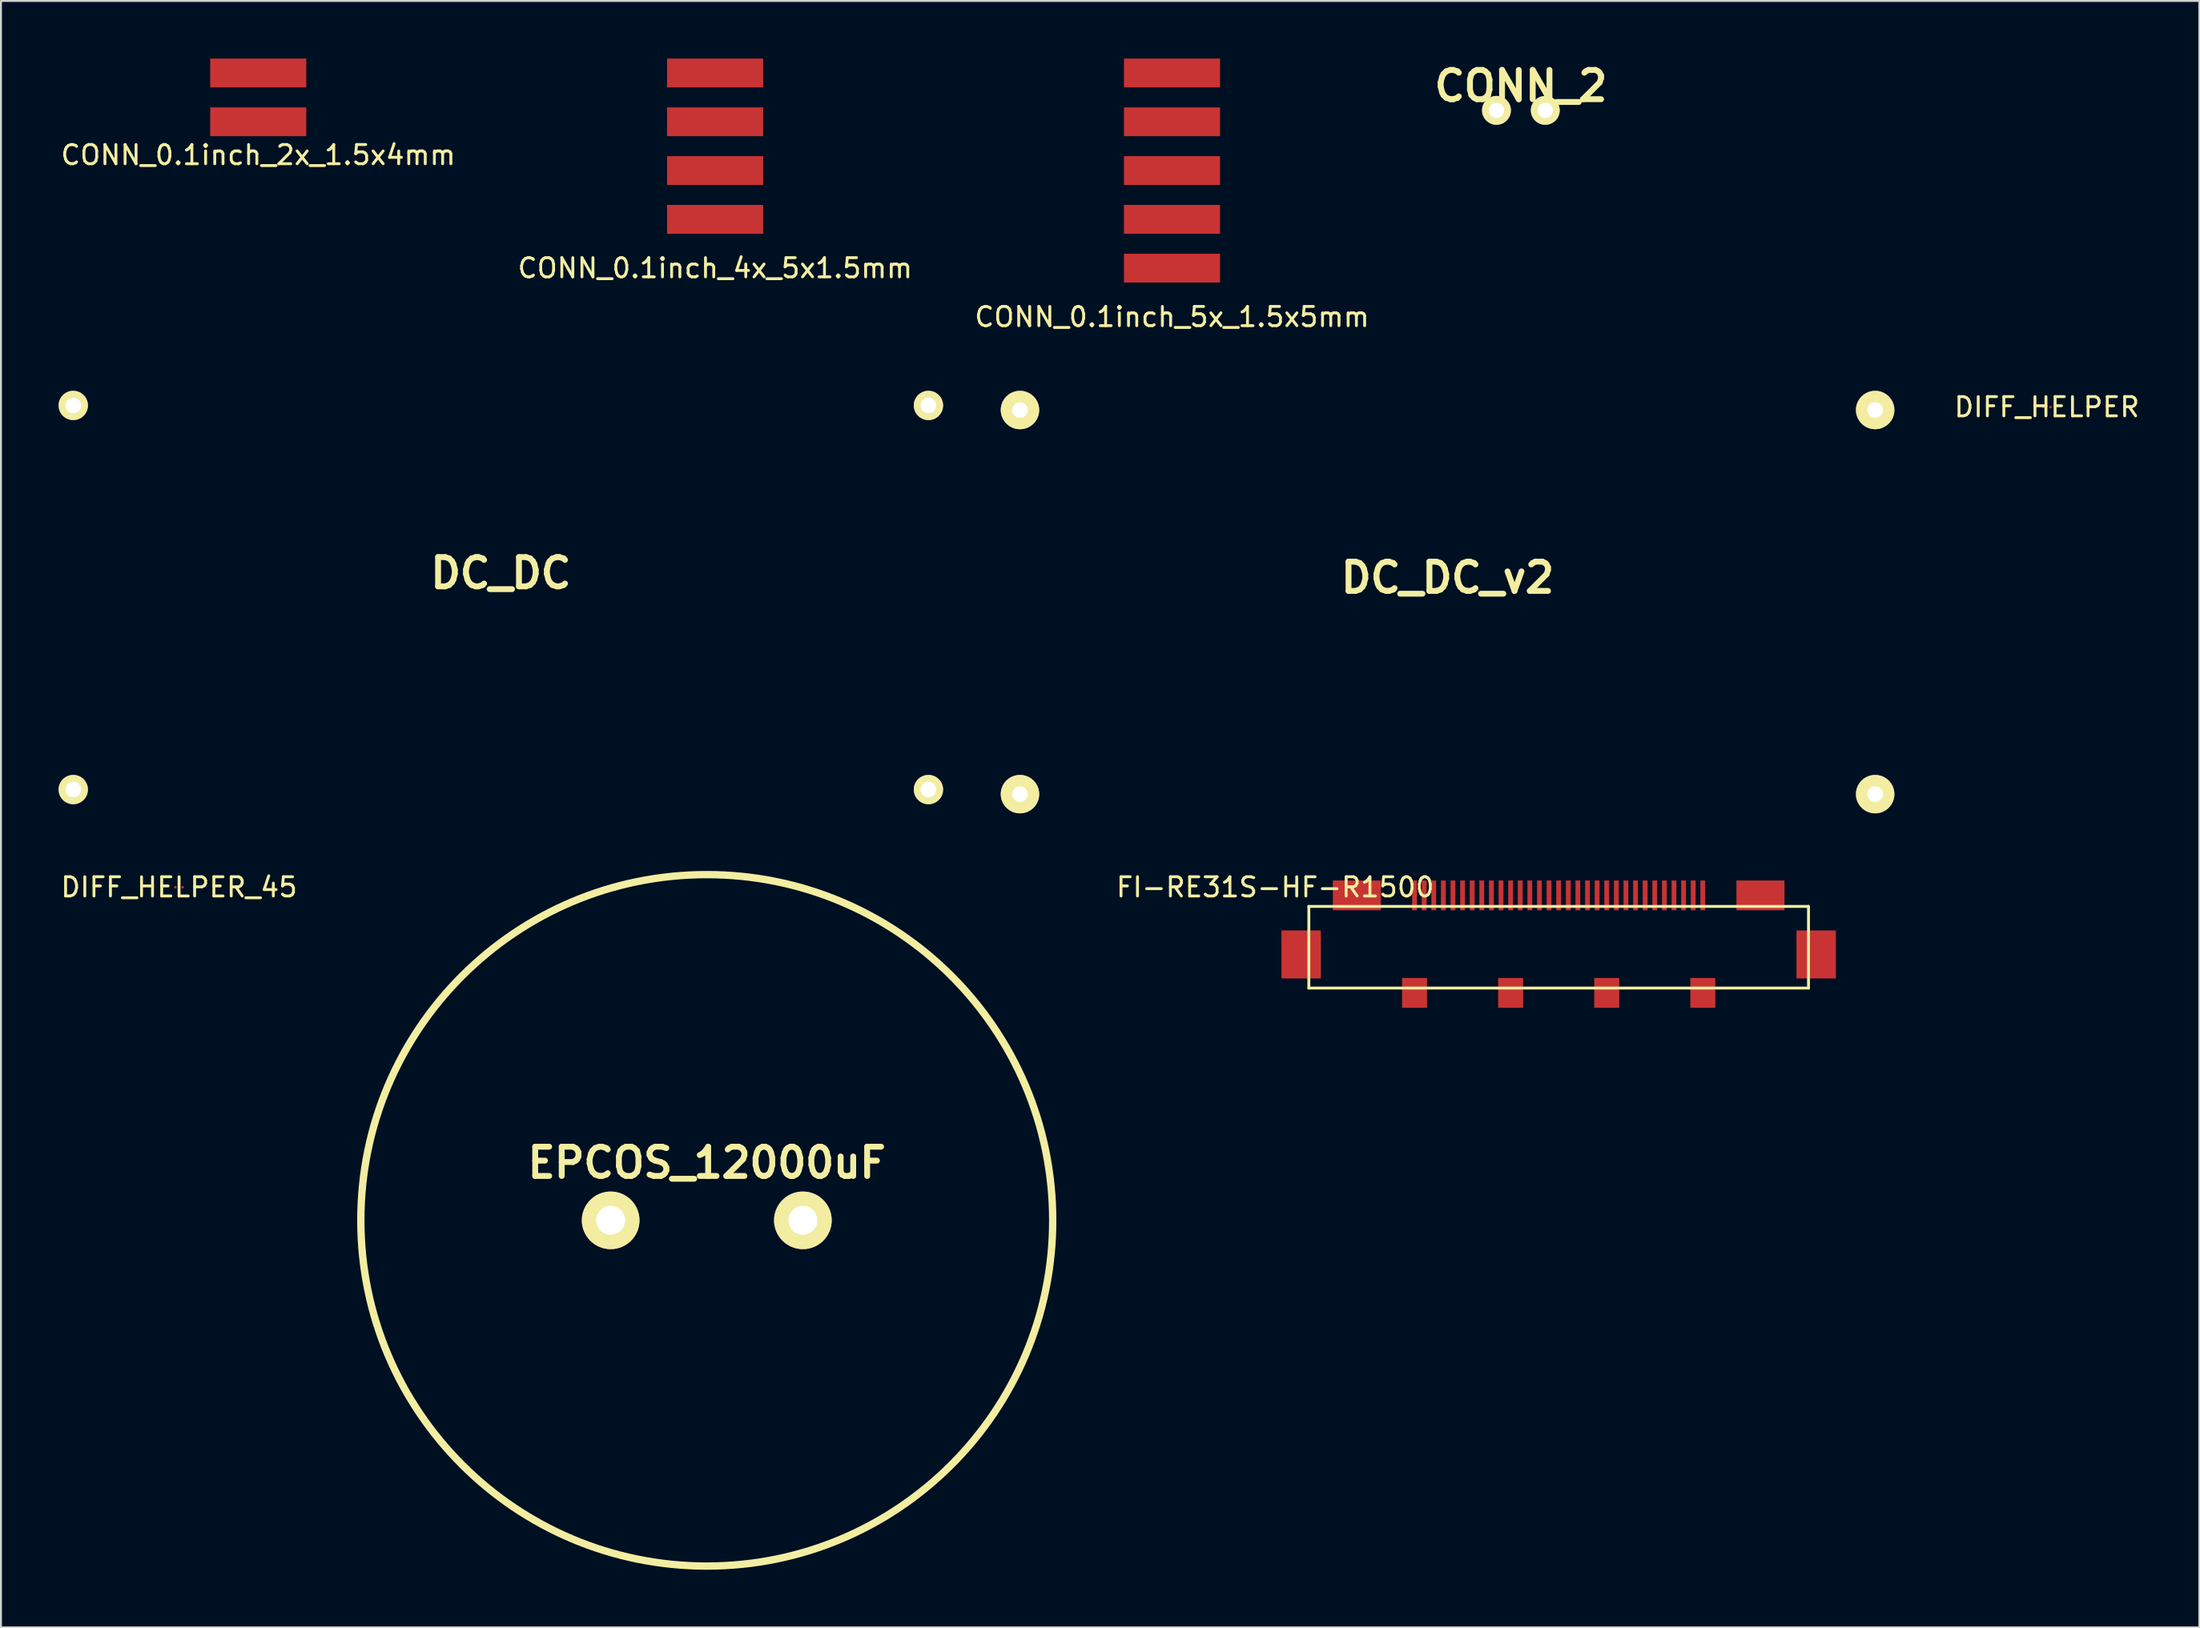
<source format=kicad_pcb>
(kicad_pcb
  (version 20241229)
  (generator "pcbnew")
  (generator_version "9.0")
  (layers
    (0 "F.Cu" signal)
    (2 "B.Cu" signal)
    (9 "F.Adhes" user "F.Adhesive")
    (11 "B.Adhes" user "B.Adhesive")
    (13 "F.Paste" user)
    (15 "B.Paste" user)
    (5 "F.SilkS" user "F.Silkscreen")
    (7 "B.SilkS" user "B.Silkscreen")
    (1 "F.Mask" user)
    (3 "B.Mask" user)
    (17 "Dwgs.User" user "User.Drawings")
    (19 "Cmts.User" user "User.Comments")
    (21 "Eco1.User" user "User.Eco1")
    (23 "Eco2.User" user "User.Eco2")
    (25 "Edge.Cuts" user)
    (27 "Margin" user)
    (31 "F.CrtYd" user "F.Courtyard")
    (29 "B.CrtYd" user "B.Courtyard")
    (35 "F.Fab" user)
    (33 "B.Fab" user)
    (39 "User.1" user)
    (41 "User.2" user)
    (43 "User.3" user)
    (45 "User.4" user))
  (footprint "DC_DC_v2"
    (layer "F.Cu")
    (at 72.275 28.298)
    (property "Reference" "DC_DC_v2" (at 0 -1.27 0) (layer "F.SilkS") (effects (font (size 1.524 1.524) (thickness 0.305))))
    (attr through_hole)
    (pad "1" thru_hole circle (at -22.25 -10) (size 1.999 1.999) (drill 0.813) (layers "*.Cu" "*.Mask" "F.SilkS"))
    (pad "2" thru_hole circle (at -22.25 10) (size 1.999 1.999) (drill 0.813) (layers "*.Cu" "*.Mask" "F.SilkS"))
    (pad "3" thru_hole circle (at 22.25 10) (size 1.999 1.999) (drill 0.813) (layers "*.Cu" "*.Mask" "F.SilkS"))
    (pad "4" thru_hole circle (at 22.25 -10) (size 1.999 1.999) (drill 0.813) (layers "*.Cu" "*.Mask" "F.SilkS")))
  (footprint "DIFF_HELPER_45"
    (layer "F.Cu")
    (at 6.077 43.145)
    (property "Reference" "DIFF_HELPER_45" (at 0.191 0 0) (layer "F.SilkS") (effects (font (size 1 1) (thickness 0.15))))
    (attr through_hole)
    (pad "1" smd circle (at 0.381 0) (size 0.127 0.127) (layers "F.Cu"))
    (pad "2" smd circle (at 0 0) (size 0.127 0.127) (layers "F.Cu")))
  (footprint "DC_DC"
    (layer "F.Cu")
    (at 23.012 28.06)
    (property "Reference" "DC_DC" (at 0 -1.27 0) (layer "F.SilkS") (effects (font (size 1.524 1.524) (thickness 0.305))))
    (attr through_hole)
    (pad "1" thru_hole circle (at -22.25 -10) (size 1.524 1.524) (drill 0.813) (layers "*.Cu" "*.Mask" "F.SilkS"))
    (pad "2" thru_hole circle (at -22.25 10) (size 1.524 1.524) (drill 0.813) (layers "*.Cu" "*.Mask" "F.SilkS"))
    (pad "3" thru_hole circle (at 22.25 10) (size 1.524 1.524) (drill 0.813) (layers "*.Cu" "*.Mask" "F.SilkS"))
    (pad "4" thru_hole circle (at 22.25 -10) (size 1.524 1.524) (drill 0.813) (layers "*.Cu" "*.Mask" "F.SilkS")))
  (footprint "EPCOS_12000uF"
    (layer "F.Cu")
    (at 33.727 60.489)
    (property "Reference" "EPCOS_12000uF" (at 0 -3 0) (layer "F.SilkS") (effects (font (size 1.524 1.524) (thickness 0.305))))
    (attr through_hole)
    (fp_circle (center 0 0) (end 0 18.001) (stroke (width 0.381) (type solid)) (fill no) (layer "F.SilkS"))
    (pad "1" thru_hole circle (at -5.001 0) (size 3 3) (drill 1.501) (layers "*.Cu" "*.Mask" "F.SilkS"))
    (pad "2" thru_hole circle (at 5.001 0) (size 3 3) (drill 1.501) (layers "*.Cu" "*.Mask" "F.SilkS")))
  (footprint "CONN_2"
    (layer "F.Cu")
    (at 76.089 2.696)
    (property "Reference" "CONN_2" (at 0 -1.27 0) (layer "F.SilkS") (effects (font (size 1.524 1.524) (thickness 0.305))))
    (attr through_hole)
    (pad "1" thru_hole circle (at -1.27 0) (size 1.501 1.501) (drill 0.8) (layers "*.Cu" "*.Mask" "F.SilkS"))
    (pad "2" thru_hole circle (at 1.27 0) (size 1.501 1.501) (drill 0.8) (layers "*.Cu" "*.Mask" "F.SilkS")))
  (footprint "FI-RE31S-HF-R1500"
    (layer "F.Cu")
    (at 78.056 44.145)
    (property "Reference" "FI-RE31S-HF-R1500" (at -14.75 -1 0) (layer "F.SilkS") (effects (font (size 1 1) (thickness 0.15))))
    (attr through_hole)
    (fp_line (start -13 0) (end 13 0) (stroke (width 0.15) (type solid)) (layer "F.SilkS"))
    (fp_line (start -13 4.25) (end -13 0) (stroke (width 0.15) (type solid)) (layer "F.SilkS"))
    (fp_line (start 13 0) (end 13 4.25) (stroke (width 0.15) (type solid)) (layer "F.SilkS"))
    (fp_line (start 13 4.25) (end -13 4.25) (stroke (width 0.15) (type solid)) (layer "F.SilkS"))
    (pad "1" smd rect (at -7.5 -0.575) (size 0.25 1.55) (layers "F.Cu" "F.Mask" "F.Paste"))
    (pad "2" smd rect (at -7 -0.575) (size 0.25 1.55) (layers "F.Cu" "F.Mask" "F.Paste"))
    (pad "3" smd rect (at -6.5 -0.575) (size 0.25 1.55) (layers "F.Cu" "F.Mask" "F.Paste"))
    (pad "4" smd rect (at -6 -0.575) (size 0.25 1.55) (layers "F.Cu" "F.Mask" "F.Paste"))
    (pad "5" smd rect (at -5.5 -0.575) (size 0.25 1.55) (layers "F.Cu" "F.Mask" "F.Paste"))
    (pad "6" smd rect (at -5 -0.575) (size 0.25 1.55) (layers "F.Cu" "F.Mask" "F.Paste"))
    (pad "7" smd rect (at -4.5 -0.575) (size 0.25 1.55) (layers "F.Cu" "F.Mask" "F.Paste"))
    (pad "8" smd rect (at -4 -0.575) (size 0.25 1.55) (layers "F.Cu" "F.Mask" "F.Paste"))
    (pad "9" smd rect (at -3.5 -0.575) (size 0.25 1.55) (layers "F.Cu" "F.Mask" "F.Paste"))
    (pad "10" smd rect (at -3 -0.575) (size 0.25 1.55) (layers "F.Cu" "F.Mask" "F.Paste"))
    (pad "11" smd rect (at -2.5 -0.575) (size 0.25 1.55) (layers "F.Cu" "F.Mask" "F.Paste"))
    (pad "12" smd rect (at -2 -0.575) (size 0.25 1.55) (layers "F.Cu" "F.Mask" "F.Paste"))
    (pad "13" smd rect (at -1.5 -0.575) (size 0.25 1.55) (layers "F.Cu" "F.Mask" "F.Paste"))
    (pad "14" smd rect (at -1 -0.575) (size 0.25 1.55) (layers "F.Cu" "F.Mask" "F.Paste"))
    (pad "15" smd rect (at -0.5 -0.575) (size 0.25 1.55) (layers "F.Cu" "F.Mask" "F.Paste"))
    (pad "16" smd rect (at 0 -0.575) (size 0.25 1.55) (layers "F.Cu" "F.Mask" "F.Paste"))
    (pad "17" smd rect (at 0.5 -0.575) (size 0.25 1.55) (layers "F.Cu" "F.Mask" "F.Paste"))
    (pad "18" smd rect (at 1 -0.575) (size 0.25 1.55) (layers "F.Cu" "F.Mask" "F.Paste"))
    (pad "19" smd rect (at 1.5 -0.575) (size 0.25 1.55) (layers "F.Cu" "F.Mask" "F.Paste"))
    (pad "20" smd rect (at 2 -0.575) (size 0.25 1.55) (layers "F.Cu" "F.Mask" "F.Paste"))
    (pad "21" smd rect (at 2.5 -0.575) (size 0.25 1.55) (layers "F.Cu" "F.Mask" "F.Paste"))
    (pad "22" smd rect (at 3 -0.575) (size 0.25 1.55) (layers "F.Cu" "F.Mask" "F.Paste"))
    (pad "23" smd rect (at 3.5 -0.575) (size 0.25 1.55) (layers "F.Cu" "F.Mask" "F.Paste"))
    (pad "24" smd rect (at 4 -0.575) (size 0.25 1.55) (layers "F.Cu" "F.Mask" "F.Paste"))
    (pad "25" smd rect (at 4.5 -0.575) (size 0.25 1.55) (layers "F.Cu" "F.Mask" "F.Paste"))
    (pad "26" smd rect (at 5 -0.575) (size 0.25 1.55) (layers "F.Cu" "F.Mask" "F.Paste"))
    (pad "27" smd rect (at 5.5 -0.575) (size 0.25 1.55) (layers "F.Cu" "F.Mask" "F.Paste"))
    (pad "28" smd rect (at 6 -0.575) (size 0.25 1.55) (layers "F.Cu" "F.Mask" "F.Paste"))
    (pad "29" smd rect (at 6.5 -0.575) (size 0.25 1.55) (layers "F.Cu" "F.Mask" "F.Paste"))
    (pad "30" smd rect (at 7 -0.575) (size 0.25 1.55) (layers "F.Cu" "F.Mask" "F.Paste"))
    (pad "31" smd rect (at 7.5 -0.575) (size 0.25 1.55) (layers "F.Cu" "F.Mask" "F.Paste"))
    (pad "32" smd rect (at -10.5 -0.575) (size 2.5 1.55) (layers "F.Cu" "F.Mask" "F.Paste"))
    (pad "33" smd rect (at 10.5 -0.575) (size 2.5 1.55) (layers "F.Cu" "F.Mask" "F.Paste"))
    (pad "34" smd rect (at -13.4 2.5) (size 2.05 2.5) (layers "F.Cu" "F.Mask" "F.Paste"))
    (pad "35" smd rect (at 13.4 2.5) (size 2.05 2.5) (layers "F.Cu" "F.Mask" "F.Paste"))
    (pad "36" smd rect (at -7.5 4.5) (size 1.3 1.55) (layers "F.Cu" "F.Mask" "F.Paste"))
    (pad "37" smd rect (at -2.5 4.5) (size 1.3 1.55) (layers "F.Cu" "F.Mask" "F.Paste"))
    (pad "38" smd rect (at 2.5 4.5) (size 1.3 1.55) (layers "F.Cu" "F.Mask" "F.Paste"))
    (pad "39" smd rect (at 7.5 4.5) (size 1.3 1.55) (layers "F.Cu" "F.Mask" "F.Paste")))
  (footprint "CONN_0.1inch_4x_5x1.5mm"
    (layer "F.Cu")
    (at 34.161 4.56)
    (property "Reference" "CONN_0.1inch_4x_5x1.5mm" (at 0 6.35 0) (layer "F.SilkS") (effects (font (size 1 1) (thickness 0.15))))
    (attr through_hole)
    (pad "1" smd rect (at 0 -3.81) (size 5 1.5) (layers "F.Cu" "F.Mask" "F.Paste"))
    (pad "2" smd rect (at 0 -1.27) (size 5 1.5) (layers "F.Cu" "F.Mask" "F.Paste"))
    (pad "3" smd rect (at 0 1.27) (size 5 1.5) (layers "F.Cu" "F.Mask" "F.Paste"))
    (pad "4" smd rect (at 0 3.81) (size 5 1.5) (layers "F.Cu" "F.Mask" "F.Paste")))
  (footprint "CONN_0.1inch_5x_1.5x5mm"
    (layer "F.Cu")
    (at 57.935 5.83)
    (property "Reference" "CONN_0.1inch_5x_1.5x5mm" (at 0 7.62 0) (layer "F.SilkS") (effects (font (size 1 1) (thickness 0.15))))
    (attr through_hole)
    (pad "1" smd rect (at 0 -5.08) (size 5 1.5) (layers "F.Cu" "F.Mask" "F.Paste"))
    (pad "2" smd rect (at 0 -2.54) (size 5 1.5) (layers "F.Cu" "F.Mask" "F.Paste"))
    (pad "3" smd rect (at 0 0) (size 5 1.5) (layers "F.Cu" "F.Mask" "F.Paste"))
    (pad "4" smd rect (at 0 2.54) (size 5 1.5) (layers "F.Cu" "F.Mask" "F.Paste"))
    (pad "5" smd rect (at 0 5.08) (size 5 1.5) (layers "F.Cu" "F.Mask" "F.Paste")))
  (footprint "CONN_0.1inch_2x_1.5x4mm"
    (layer "F.Cu")
    (at 10.387 2.02)
    (property "Reference" "CONN_0.1inch_2x_1.5x4mm" (at 0 3 0) (layer "F.SilkS") (effects (font (size 1 1) (thickness 0.15))))
    (attr through_hole)
    (pad "1" smd rect (at 0 -1.27) (size 5 1.5) (layers "F.Cu" "F.Mask" "F.Paste"))
    (pad "2" smd rect (at 0 1.27) (size 5 1.5) (layers "F.Cu" "F.Mask" "F.Paste")))
  (footprint "DIFF_HELPER"
    (layer "F.Cu")
    (at 103.459 18.146)
    (property "Reference" "DIFF_HELPER" (at 0 0 0) (layer "F.SilkS") (effects (font (size 1 1) (thickness 0.15))))
    (attr through_hole)
    (pad "1" smd circle (at 0.191 0) (size 0.127 0.127) (layers "F.Cu"))
    (pad "2" smd circle (at -0.191 0) (size 0.127 0.127) (layers "F.Cu")))
  (gr_rect
    (start -3 -3)
    (end 111.394 81.68)
    (stroke (width 0.1) (type default))
    (fill no)
    (layer "Edge.Cuts")))
</source>
